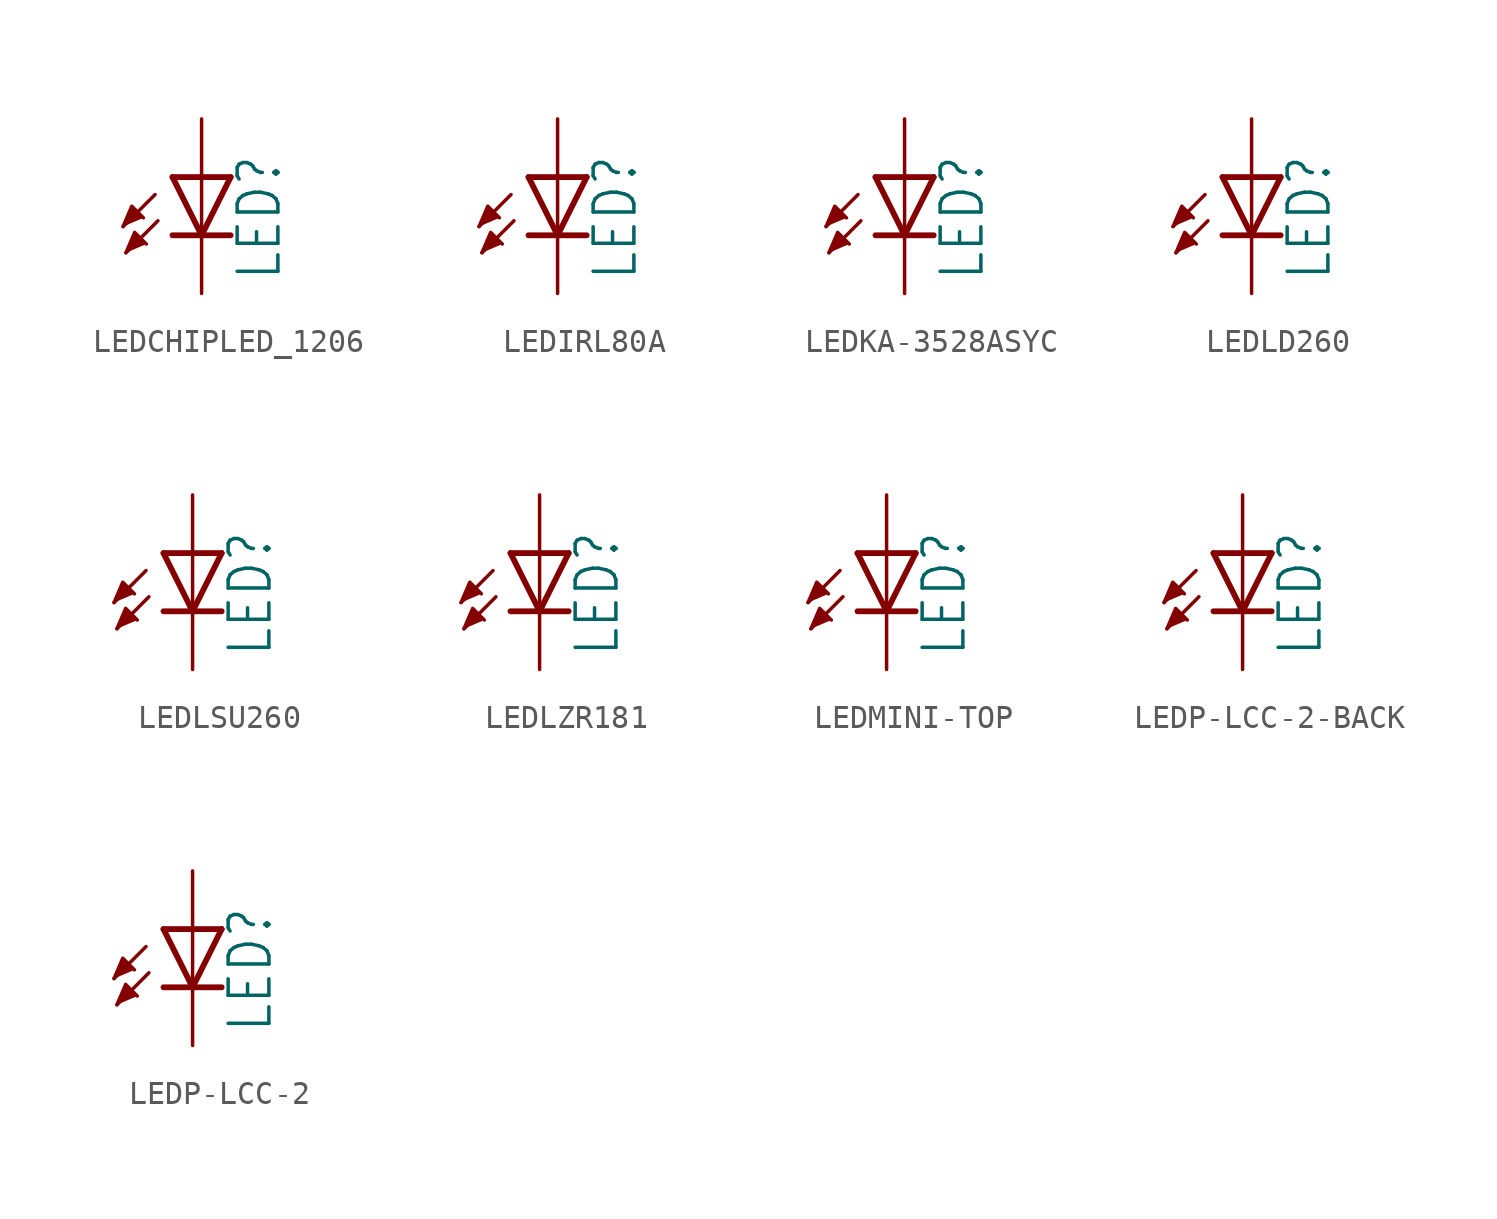
<source format=kicad_sym>
(kicad_symbol_lib
  (version 20220914)
  (generator kicad_symbol_editor)
  (symbol "LEDCHIPLED_1206"
    (property "Reference" "LED"
      (at 3.556 -4.572 90)
      (effects (font (size 1.778 1.511)) (justify left bottom)))
    (property "Value" ""
      (at 5.715 -4.572 90)
      (effects (font (size 1.778 1.511)) (justify left bottom)))
    (property "ki_locked" ""
      (at 0 0 0)
      (effects (font (size 1.27 1.27))))
    (symbol "LEDCHIPLED_1206_1_0"
      (polyline (pts (xy -2.032 -0.762) (xy -3.429 -2.159)) (stroke (width 0.152) (type solid)) (fill (type none)))
      (polyline (pts (xy -1.905 -1.905) (xy -3.302 -3.302)) (stroke (width 0.152) (type solid)) (fill (type none)))
      (polyline (pts (xy 0 -2.54) (xy -1.27 -2.54)) (stroke (width 0.254) (type solid)) (fill (type none)))
      (polyline (pts (xy 0 -2.54) (xy -1.27 0)) (stroke (width 0.254) (type solid)) (fill (type none)))
      (polyline (pts (xy 0 0) (xy -1.27 0)) (stroke (width 0.254) (type solid)) (fill (type none)))
      (polyline (pts (xy 0 0) (xy 0 -2.54)) (stroke (width 0.152) (type solid)) (fill (type none)))
      (polyline (pts (xy 1.27 -2.54) (xy 0 -2.54)) (stroke (width 0.254) (type solid)) (fill (type none)))
      (polyline (pts (xy 1.27 0) (xy 0 -2.54)) (stroke (width 0.254) (type solid)) (fill (type none)))
      (polyline (pts (xy 1.27 0) (xy 0 0)) (stroke (width 0.254) (type solid)) (fill (type none)))
      (polyline (pts (xy -3.429 -2.159) (xy -3.048 -1.27) (xy -2.54 -1.778)) (stroke (width 0.152) (type solid)) (fill (type outline)))
      (polyline (pts (xy -3.302 -3.302) (xy -2.921 -2.413) (xy -2.413 -2.921)) (stroke (width 0.152) (type solid)) (fill (type outline)))
      (pin passive line (at 0 2.54 270) (length 2.54) (name "A" (effects (font (size 0 0)))) (number "A" (effects (font (size 0 0)))))
      (pin passive line (at 0 -5.08 90) (length 2.54) (name "C" (effects (font (size 0 0)))) (number "C" (effects (font (size 0 0)))))))
  (symbol "LEDIRL80A"
    (property "Reference" "LED"
      (at 3.556 -4.572 90)
      (effects (font (size 1.778 1.511)) (justify left bottom)))
    (property "Value" ""
      (at 5.715 -4.572 90)
      (effects (font (size 1.778 1.511)) (justify left bottom)))
    (property "ki_locked" ""
      (at 0 0 0)
      (effects (font (size 1.27 1.27))))
    (symbol "LEDIRL80A_1_0"
      (polyline (pts (xy -2.032 -0.762) (xy -3.429 -2.159)) (stroke (width 0.152) (type solid)) (fill (type none)))
      (polyline (pts (xy -1.905 -1.905) (xy -3.302 -3.302)) (stroke (width 0.152) (type solid)) (fill (type none)))
      (polyline (pts (xy 0 -2.54) (xy -1.27 -2.54)) (stroke (width 0.254) (type solid)) (fill (type none)))
      (polyline (pts (xy 0 -2.54) (xy -1.27 0)) (stroke (width 0.254) (type solid)) (fill (type none)))
      (polyline (pts (xy 0 0) (xy -1.27 0)) (stroke (width 0.254) (type solid)) (fill (type none)))
      (polyline (pts (xy 0 0) (xy 0 -2.54)) (stroke (width 0.152) (type solid)) (fill (type none)))
      (polyline (pts (xy 1.27 -2.54) (xy 0 -2.54)) (stroke (width 0.254) (type solid)) (fill (type none)))
      (polyline (pts (xy 1.27 0) (xy 0 -2.54)) (stroke (width 0.254) (type solid)) (fill (type none)))
      (polyline (pts (xy 1.27 0) (xy 0 0)) (stroke (width 0.254) (type solid)) (fill (type none)))
      (polyline (pts (xy -3.429 -2.159) (xy -3.048 -1.27) (xy -2.54 -1.778)) (stroke (width 0.152) (type solid)) (fill (type outline)))
      (polyline (pts (xy -3.302 -3.302) (xy -2.921 -2.413) (xy -2.413 -2.921)) (stroke (width 0.152) (type solid)) (fill (type outline)))
      (pin passive line (at 0 2.54 270) (length 2.54) (name "A" (effects (font (size 0 0)))) (number "A" (effects (font (size 0 0)))))
      (pin passive line (at 0 -5.08 90) (length 2.54) (name "C" (effects (font (size 0 0)))) (number "K" (effects (font (size 0 0)))))))
  (symbol "LEDKA-3528ASYC"
    (property "Reference" "LED"
      (at 3.556 -4.572 90)
      (effects (font (size 1.778 1.511)) (justify left bottom)))
    (property "Value" ""
      (at 5.715 -4.572 90)
      (effects (font (size 1.778 1.511)) (justify left bottom)))
    (property "ki_locked" ""
      (at 0 0 0)
      (effects (font (size 1.27 1.27))))
    (symbol "LEDKA-3528ASYC_1_0"
      (polyline (pts (xy -2.032 -0.762) (xy -3.429 -2.159)) (stroke (width 0.152) (type solid)) (fill (type none)))
      (polyline (pts (xy -1.905 -1.905) (xy -3.302 -3.302)) (stroke (width 0.152) (type solid)) (fill (type none)))
      (polyline (pts (xy 0 -2.54) (xy -1.27 -2.54)) (stroke (width 0.254) (type solid)) (fill (type none)))
      (polyline (pts (xy 0 -2.54) (xy -1.27 0)) (stroke (width 0.254) (type solid)) (fill (type none)))
      (polyline (pts (xy 0 0) (xy -1.27 0)) (stroke (width 0.254) (type solid)) (fill (type none)))
      (polyline (pts (xy 0 0) (xy 0 -2.54)) (stroke (width 0.152) (type solid)) (fill (type none)))
      (polyline (pts (xy 1.27 -2.54) (xy 0 -2.54)) (stroke (width 0.254) (type solid)) (fill (type none)))
      (polyline (pts (xy 1.27 0) (xy 0 -2.54)) (stroke (width 0.254) (type solid)) (fill (type none)))
      (polyline (pts (xy 1.27 0) (xy 0 0)) (stroke (width 0.254) (type solid)) (fill (type none)))
      (polyline (pts (xy -3.429 -2.159) (xy -3.048 -1.27) (xy -2.54 -1.778)) (stroke (width 0.152) (type solid)) (fill (type outline)))
      (polyline (pts (xy -3.302 -3.302) (xy -2.921 -2.413) (xy -2.413 -2.921)) (stroke (width 0.152) (type solid)) (fill (type outline)))
      (pin passive line (at 0 2.54 270) (length 2.54) (name "A" (effects (font (size 0 0)))) (number "A" (effects (font (size 0 0)))))
      (pin passive line (at 0 -5.08 90) (length 2.54) (name "C" (effects (font (size 0 0)))) (number "C" (effects (font (size 0 0)))))))
  (symbol "LEDLD260"
    (property "Reference" "LED"
      (at 3.556 -4.572 90)
      (effects (font (size 1.778 1.511)) (justify left bottom)))
    (property "Value" ""
      (at 5.715 -4.572 90)
      (effects (font (size 1.778 1.511)) (justify left bottom)))
    (property "ki_locked" ""
      (at 0 0 0)
      (effects (font (size 1.27 1.27))))
    (symbol "LEDLD260_1_0"
      (polyline (pts (xy -2.032 -0.762) (xy -3.429 -2.159)) (stroke (width 0.152) (type solid)) (fill (type none)))
      (polyline (pts (xy -1.905 -1.905) (xy -3.302 -3.302)) (stroke (width 0.152) (type solid)) (fill (type none)))
      (polyline (pts (xy 0 -2.54) (xy -1.27 -2.54)) (stroke (width 0.254) (type solid)) (fill (type none)))
      (polyline (pts (xy 0 -2.54) (xy -1.27 0)) (stroke (width 0.254) (type solid)) (fill (type none)))
      (polyline (pts (xy 0 0) (xy -1.27 0)) (stroke (width 0.254) (type solid)) (fill (type none)))
      (polyline (pts (xy 0 0) (xy 0 -2.54)) (stroke (width 0.152) (type solid)) (fill (type none)))
      (polyline (pts (xy 1.27 -2.54) (xy 0 -2.54)) (stroke (width 0.254) (type solid)) (fill (type none)))
      (polyline (pts (xy 1.27 0) (xy 0 -2.54)) (stroke (width 0.254) (type solid)) (fill (type none)))
      (polyline (pts (xy 1.27 0) (xy 0 0)) (stroke (width 0.254) (type solid)) (fill (type none)))
      (polyline (pts (xy -3.429 -2.159) (xy -3.048 -1.27) (xy -2.54 -1.778)) (stroke (width 0.152) (type solid)) (fill (type outline)))
      (polyline (pts (xy -3.302 -3.302) (xy -2.921 -2.413) (xy -2.413 -2.921)) (stroke (width 0.152) (type solid)) (fill (type outline)))
      (pin passive line (at 0 2.54 270) (length 2.54) (name "A" (effects (font (size 0 0)))) (number "A" (effects (font (size 0 0)))))
      (pin passive line (at 0 -5.08 90) (length 2.54) (name "C" (effects (font (size 0 0)))) (number "K" (effects (font (size 0 0)))))))
  (symbol "LEDLSU260"
    (property "Reference" "LED"
      (at 3.556 -4.572 90)
      (effects (font (size 1.778 1.511)) (justify left bottom)))
    (property "Value" ""
      (at 5.715 -4.572 90)
      (effects (font (size 1.778 1.511)) (justify left bottom)))
    (property "ki_locked" ""
      (at 0 0 0)
      (effects (font (size 1.27 1.27))))
    (symbol "LEDLSU260_1_0"
      (polyline (pts (xy -2.032 -0.762) (xy -3.429 -2.159)) (stroke (width 0.152) (type solid)) (fill (type none)))
      (polyline (pts (xy -1.905 -1.905) (xy -3.302 -3.302)) (stroke (width 0.152) (type solid)) (fill (type none)))
      (polyline (pts (xy 0 -2.54) (xy -1.27 -2.54)) (stroke (width 0.254) (type solid)) (fill (type none)))
      (polyline (pts (xy 0 -2.54) (xy -1.27 0)) (stroke (width 0.254) (type solid)) (fill (type none)))
      (polyline (pts (xy 0 0) (xy -1.27 0)) (stroke (width 0.254) (type solid)) (fill (type none)))
      (polyline (pts (xy 0 0) (xy 0 -2.54)) (stroke (width 0.152) (type solid)) (fill (type none)))
      (polyline (pts (xy 1.27 -2.54) (xy 0 -2.54)) (stroke (width 0.254) (type solid)) (fill (type none)))
      (polyline (pts (xy 1.27 0) (xy 0 -2.54)) (stroke (width 0.254) (type solid)) (fill (type none)))
      (polyline (pts (xy 1.27 0) (xy 0 0)) (stroke (width 0.254) (type solid)) (fill (type none)))
      (polyline (pts (xy -3.429 -2.159) (xy -3.048 -1.27) (xy -2.54 -1.778)) (stroke (width 0.152) (type solid)) (fill (type outline)))
      (polyline (pts (xy -3.302 -3.302) (xy -2.921 -2.413) (xy -2.413 -2.921)) (stroke (width 0.152) (type solid)) (fill (type outline)))
      (pin passive line (at 0 2.54 270) (length 2.54) (name "A" (effects (font (size 0 0)))) (number "A" (effects (font (size 0 0)))))
      (pin passive line (at 0 -5.08 90) (length 2.54) (name "C" (effects (font (size 0 0)))) (number "K" (effects (font (size 0 0)))))))
  (symbol "LEDLZR181"
    (property "Reference" "LED"
      (at 3.556 -4.572 90)
      (effects (font (size 1.778 1.511)) (justify left bottom)))
    (property "Value" ""
      (at 5.715 -4.572 90)
      (effects (font (size 1.778 1.511)) (justify left bottom)))
    (property "ki_locked" ""
      (at 0 0 0)
      (effects (font (size 1.27 1.27))))
    (symbol "LEDLZR181_1_0"
      (polyline (pts (xy -2.032 -0.762) (xy -3.429 -2.159)) (stroke (width 0.152) (type solid)) (fill (type none)))
      (polyline (pts (xy -1.905 -1.905) (xy -3.302 -3.302)) (stroke (width 0.152) (type solid)) (fill (type none)))
      (polyline (pts (xy 0 -2.54) (xy -1.27 -2.54)) (stroke (width 0.254) (type solid)) (fill (type none)))
      (polyline (pts (xy 0 -2.54) (xy -1.27 0)) (stroke (width 0.254) (type solid)) (fill (type none)))
      (polyline (pts (xy 0 0) (xy -1.27 0)) (stroke (width 0.254) (type solid)) (fill (type none)))
      (polyline (pts (xy 0 0) (xy 0 -2.54)) (stroke (width 0.152) (type solid)) (fill (type none)))
      (polyline (pts (xy 1.27 -2.54) (xy 0 -2.54)) (stroke (width 0.254) (type solid)) (fill (type none)))
      (polyline (pts (xy 1.27 0) (xy 0 -2.54)) (stroke (width 0.254) (type solid)) (fill (type none)))
      (polyline (pts (xy 1.27 0) (xy 0 0)) (stroke (width 0.254) (type solid)) (fill (type none)))
      (polyline (pts (xy -3.429 -2.159) (xy -3.048 -1.27) (xy -2.54 -1.778)) (stroke (width 0.152) (type solid)) (fill (type outline)))
      (polyline (pts (xy -3.302 -3.302) (xy -2.921 -2.413) (xy -2.413 -2.921)) (stroke (width 0.152) (type solid)) (fill (type outline)))
      (pin passive line (at 0 2.54 270) (length 2.54) (name "A" (effects (font (size 0 0)))) (number "A" (effects (font (size 0 0)))))
      (pin passive line (at 0 -5.08 90) (length 2.54) (name "C" (effects (font (size 0 0)))) (number "K" (effects (font (size 0 0)))))))
  (symbol "LEDMINI-TOP"
    (property "Reference" "LED"
      (at 3.556 -4.572 90)
      (effects (font (size 1.778 1.511)) (justify left bottom)))
    (property "Value" ""
      (at 5.715 -4.572 90)
      (effects (font (size 1.778 1.511)) (justify left bottom)))
    (property "ki_locked" ""
      (at 0 0 0)
      (effects (font (size 1.27 1.27))))
    (symbol "LEDMINI-TOP_1_0"
      (polyline (pts (xy -2.032 -0.762) (xy -3.429 -2.159)) (stroke (width 0.152) (type solid)) (fill (type none)))
      (polyline (pts (xy -1.905 -1.905) (xy -3.302 -3.302)) (stroke (width 0.152) (type solid)) (fill (type none)))
      (polyline (pts (xy 0 -2.54) (xy -1.27 -2.54)) (stroke (width 0.254) (type solid)) (fill (type none)))
      (polyline (pts (xy 0 -2.54) (xy -1.27 0)) (stroke (width 0.254) (type solid)) (fill (type none)))
      (polyline (pts (xy 0 0) (xy -1.27 0)) (stroke (width 0.254) (type solid)) (fill (type none)))
      (polyline (pts (xy 0 0) (xy 0 -2.54)) (stroke (width 0.152) (type solid)) (fill (type none)))
      (polyline (pts (xy 1.27 -2.54) (xy 0 -2.54)) (stroke (width 0.254) (type solid)) (fill (type none)))
      (polyline (pts (xy 1.27 0) (xy 0 -2.54)) (stroke (width 0.254) (type solid)) (fill (type none)))
      (polyline (pts (xy 1.27 0) (xy 0 0)) (stroke (width 0.254) (type solid)) (fill (type none)))
      (polyline (pts (xy -3.429 -2.159) (xy -3.048 -1.27) (xy -2.54 -1.778)) (stroke (width 0.152) (type solid)) (fill (type outline)))
      (polyline (pts (xy -3.302 -3.302) (xy -2.921 -2.413) (xy -2.413 -2.921)) (stroke (width 0.152) (type solid)) (fill (type outline)))
      (pin passive line (at 0 2.54 270) (length 2.54) (name "A" (effects (font (size 0 0)))) (number "A" (effects (font (size 0 0)))))
      (pin passive line (at 0 -5.08 90) (length 2.54) (name "C" (effects (font (size 0 0)))) (number "C" (effects (font (size 0 0)))))))
  (symbol "LEDP-LCC-2-BACK"
    (property "Reference" "LED"
      (at 3.556 -4.572 90)
      (effects (font (size 1.778 1.511)) (justify left bottom)))
    (property "Value" ""
      (at 5.715 -4.572 90)
      (effects (font (size 1.778 1.511)) (justify left bottom)))
    (property "ki_locked" ""
      (at 0 0 0)
      (effects (font (size 1.27 1.27))))
    (symbol "LEDP-LCC-2-BACK_1_0"
      (polyline (pts (xy -2.032 -0.762) (xy -3.429 -2.159)) (stroke (width 0.152) (type solid)) (fill (type none)))
      (polyline (pts (xy -1.905 -1.905) (xy -3.302 -3.302)) (stroke (width 0.152) (type solid)) (fill (type none)))
      (polyline (pts (xy 0 -2.54) (xy -1.27 -2.54)) (stroke (width 0.254) (type solid)) (fill (type none)))
      (polyline (pts (xy 0 -2.54) (xy -1.27 0)) (stroke (width 0.254) (type solid)) (fill (type none)))
      (polyline (pts (xy 0 0) (xy -1.27 0)) (stroke (width 0.254) (type solid)) (fill (type none)))
      (polyline (pts (xy 0 0) (xy 0 -2.54)) (stroke (width 0.152) (type solid)) (fill (type none)))
      (polyline (pts (xy 1.27 -2.54) (xy 0 -2.54)) (stroke (width 0.254) (type solid)) (fill (type none)))
      (polyline (pts (xy 1.27 0) (xy 0 -2.54)) (stroke (width 0.254) (type solid)) (fill (type none)))
      (polyline (pts (xy 1.27 0) (xy 0 0)) (stroke (width 0.254) (type solid)) (fill (type none)))
      (polyline (pts (xy -3.429 -2.159) (xy -3.048 -1.27) (xy -2.54 -1.778)) (stroke (width 0.152) (type solid)) (fill (type outline)))
      (polyline (pts (xy -3.302 -3.302) (xy -2.921 -2.413) (xy -2.413 -2.921)) (stroke (width 0.152) (type solid)) (fill (type outline)))
      (pin passive line (at 0 2.54 270) (length 2.54) (name "A" (effects (font (size 0 0)))) (number "A" (effects (font (size 0 0)))))
      (pin passive line (at 0 -5.08 90) (length 2.54) (name "C" (effects (font (size 0 0)))) (number "C" (effects (font (size 0 0)))))))
  (symbol "LEDP-LCC-2"
    (property "Reference" "LED"
      (at 3.556 -4.572 90)
      (effects (font (size 1.778 1.511)) (justify left bottom)))
    (property "Value" ""
      (at 5.715 -4.572 90)
      (effects (font (size 1.778 1.511)) (justify left bottom)))
    (property "ki_locked" ""
      (at 0 0 0)
      (effects (font (size 1.27 1.27))))
    (symbol "LEDP-LCC-2_1_0"
      (polyline (pts (xy -2.032 -0.762) (xy -3.429 -2.159)) (stroke (width 0.152) (type solid)) (fill (type none)))
      (polyline (pts (xy -1.905 -1.905) (xy -3.302 -3.302)) (stroke (width 0.152) (type solid)) (fill (type none)))
      (polyline (pts (xy 0 -2.54) (xy -1.27 -2.54)) (stroke (width 0.254) (type solid)) (fill (type none)))
      (polyline (pts (xy 0 -2.54) (xy -1.27 0)) (stroke (width 0.254) (type solid)) (fill (type none)))
      (polyline (pts (xy 0 0) (xy -1.27 0)) (stroke (width 0.254) (type solid)) (fill (type none)))
      (polyline (pts (xy 0 0) (xy 0 -2.54)) (stroke (width 0.152) (type solid)) (fill (type none)))
      (polyline (pts (xy 1.27 -2.54) (xy 0 -2.54)) (stroke (width 0.254) (type solid)) (fill (type none)))
      (polyline (pts (xy 1.27 0) (xy 0 -2.54)) (stroke (width 0.254) (type solid)) (fill (type none)))
      (polyline (pts (xy 1.27 0) (xy 0 0)) (stroke (width 0.254) (type solid)) (fill (type none)))
      (polyline (pts (xy -3.429 -2.159) (xy -3.048 -1.27) (xy -2.54 -1.778)) (stroke (width 0.152) (type solid)) (fill (type outline)))
      (polyline (pts (xy -3.302 -3.302) (xy -2.921 -2.413) (xy -2.413 -2.921)) (stroke (width 0.152) (type solid)) (fill (type outline)))
      (pin passive line (at 0 2.54 270) (length 2.54) (name "A" (effects (font (size 0 0)))) (number "A" (effects (font (size 0 0)))))
      (pin passive line (at 0 -5.08 90) (length 2.54) (name "C" (effects (font (size 0 0)))) (number "C" (effects (font (size 0 0))))))))
</source>
